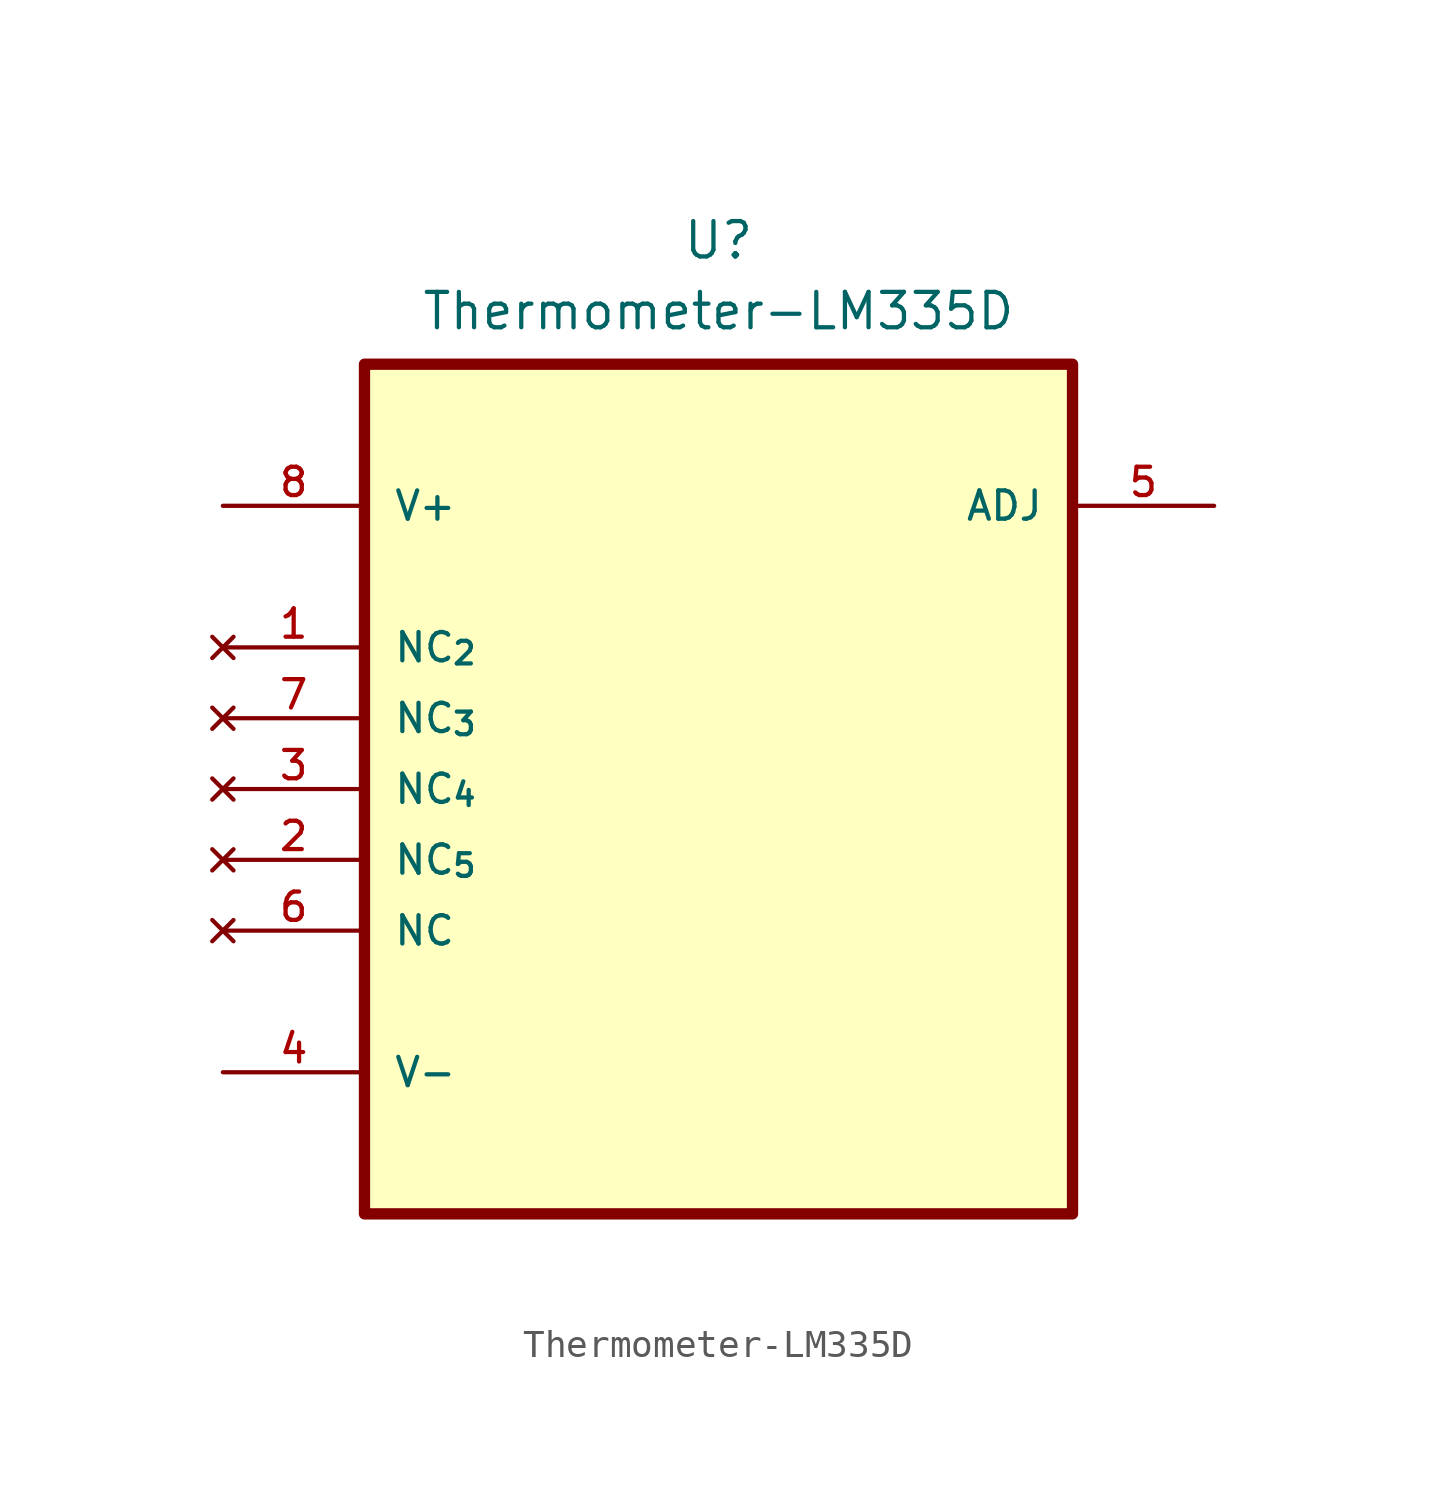
<source format=kicad_sym>
(kicad_symbol_lib
  (version 20220914)
  (generator kicad_symbol_editor)
  (symbol "Thermometer-LM335D"
    (pin_names
      (offset 1.016))
    (property "Reference" "U"
      (at 0 19.685 0)
      (effects (font (size 1.27 1.27))))
    (property "Value" "Thermometer-LM335D"
      (at 0 17.145 0)
      (effects (font (size 1.27 1.27))))
    (symbol "Thermometer-LM335D_0_0"
      (rectangle (start -12.7 15.24) (end 12.7 -15.24) (stroke (width 0.406) (type default)) (fill (type background)))
      (pin power_in line (at -17.78 -10.16 0) (length 5.08) (name "V-" (effects (font (size 1.016 1.016)))) (number "4" (effects (font (size 1.016 1.016)))))
      (pin passive line (at 17.78 10.16 180) (length 5.08) (name "ADJ" (effects (font (size 1.016 1.016)))) (number "5" (effects (font (size 1.016 1.016)))))
      (pin no_connect line (at -17.78 -5.08 0) (length 5.08) (name "NC" (effects (font (size 1.016 1.016)))) (number "6" (effects (font (size 1.016 1.016)))))
      (pin power_in line (at -17.78 10.16 0) (length 5.08) (name "V+" (effects (font (size 1.016 1.016)))) (number "8" (effects (font (size 1.016 1.016))))))
    (symbol "Thermometer-LM335D_1_0"
      (pin no_connect line (at -17.78 5.08 0) (length 5.08) (name "NC_{2}" (effects (font (size 1.016 1.016)))) (number "1" (effects (font (size 1.016 1.016)))))
      (pin no_connect line (at -17.78 -2.54 0) (length 5.08) (name "NC_{5}" (effects (font (size 1.016 1.016)))) (number "2" (effects (font (size 1.016 1.016)))))
      (pin no_connect line (at -17.78 0 0) (length 5.08) (name "NC_{4}" (effects (font (size 1.016 1.016)))) (number "3" (effects (font (size 1.016 1.016)))))
      (pin no_connect line (at -17.78 2.54 0) (length 5.08) (name "NC_{3}" (effects (font (size 1.016 1.016)))) (number "7" (effects (font (size 1.016 1.016))))))))
</source>
